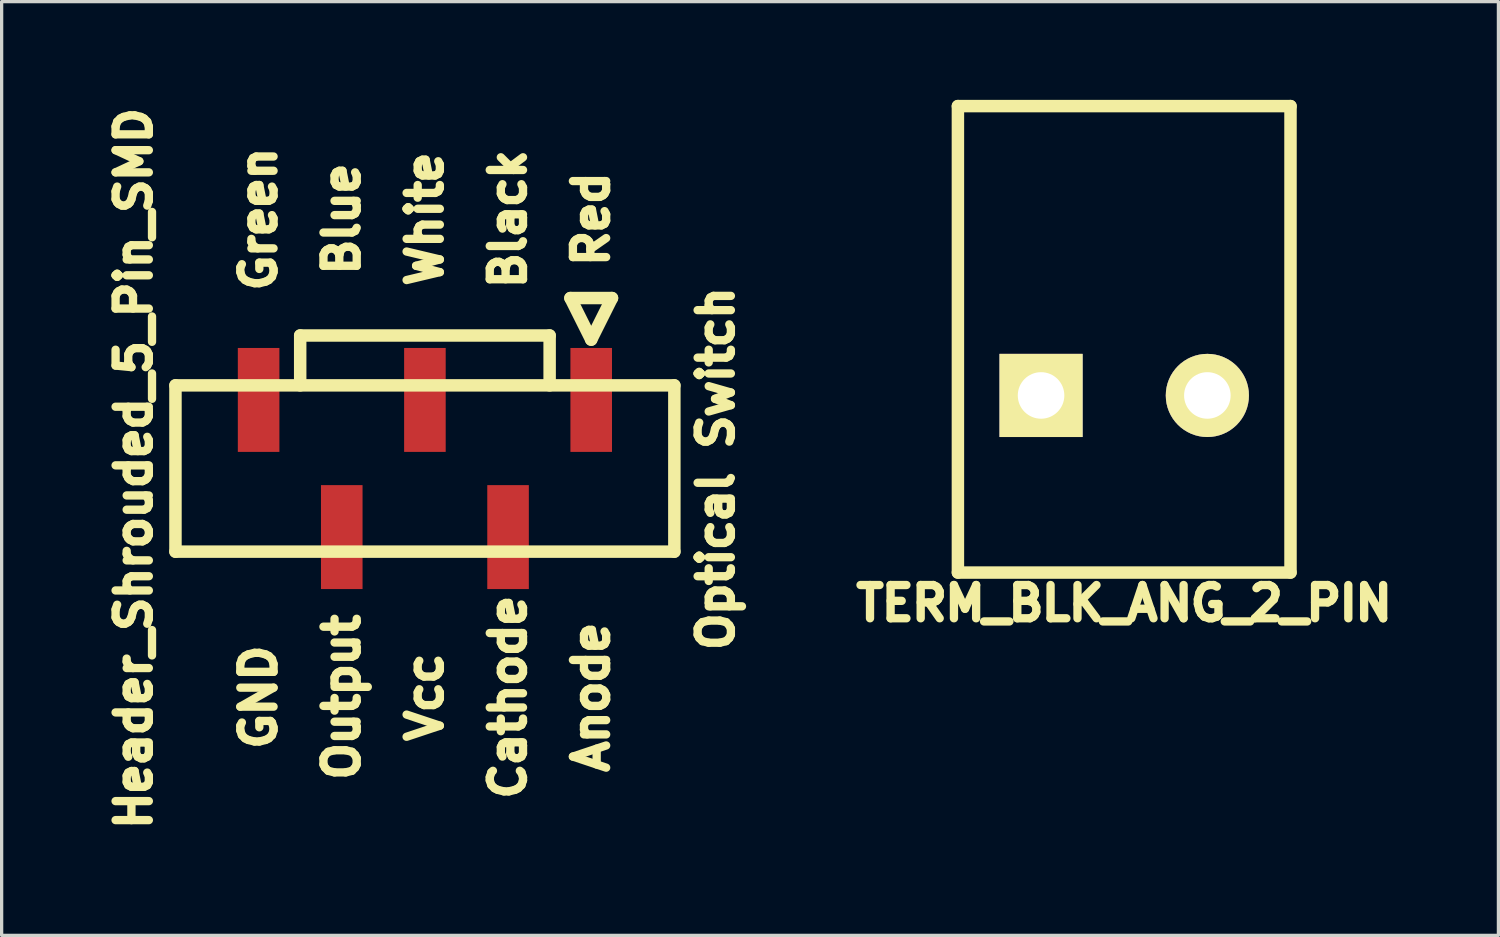
<source format=kicad_pcb>
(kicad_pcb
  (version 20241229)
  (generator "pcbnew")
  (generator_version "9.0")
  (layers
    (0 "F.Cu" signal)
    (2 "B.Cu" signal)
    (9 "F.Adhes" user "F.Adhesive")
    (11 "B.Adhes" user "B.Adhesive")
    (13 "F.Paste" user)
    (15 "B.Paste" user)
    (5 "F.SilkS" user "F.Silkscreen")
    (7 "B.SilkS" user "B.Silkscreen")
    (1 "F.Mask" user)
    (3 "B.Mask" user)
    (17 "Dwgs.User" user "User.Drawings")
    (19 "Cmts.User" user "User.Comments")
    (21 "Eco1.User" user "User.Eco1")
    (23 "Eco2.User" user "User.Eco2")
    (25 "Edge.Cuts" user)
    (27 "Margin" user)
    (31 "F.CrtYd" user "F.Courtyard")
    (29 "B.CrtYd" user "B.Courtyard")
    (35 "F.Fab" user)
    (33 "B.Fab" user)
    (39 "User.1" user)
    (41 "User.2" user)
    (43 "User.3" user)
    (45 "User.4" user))
  (footprint "TERM_BLK_ANG_2_PIN"
    (layer "F.Cu")
    (at 31.292 9.03)
    (property "Reference" "TERM_BLK_ANG_2_PIN" (at 0 6.35 180) (layer "F.SilkS") (effects (font (size 1.016 1.016) (thickness 0.254))))
    (attr through_hole)
    (fp_line (start -5.08 -8.839) (end -5.08 5.41) (stroke (width 0.381) (type solid)) (layer "F.SilkS"))
    (fp_line (start -5.08 -8.839) (end 5.08 -8.839) (stroke (width 0.381) (type solid)) (layer "F.SilkS"))
    (fp_line (start -5.08 5.41) (end 5.08 5.41) (stroke (width 0.381) (type solid)) (layer "F.SilkS"))
    (fp_line (start 5.08 -8.839) (end 5.08 5.41) (stroke (width 0.381) (type solid)) (layer "F.SilkS"))
    (pad "1" thru_hole rect (at -2.54 0) (size 2.54 2.54) (drill 1.422) (layers "*.Cu" "*.Mask" "F.SilkS"))
    (pad "2" thru_hole oval (at 2.54 0) (size 2.54 2.54) (drill 1.422) (layers "*.Cu" "*.Mask" "F.SilkS")))
  (footprint "Header_Shrouded_5_Pin_SMD"
    (layer "F.Cu")
    (at 9.93 11.262)
    (property "Reference" "Header_Shrouded_5_Pin_SMD" (at -8.89 0 90) (layer "F.SilkS") (effects (font (size 1.016 1.016) (thickness 0.254))))
    (attr through_hole)
    (fp_line (start -7.62 -2.54) (end -7.62 2.54) (stroke (width 0.381) (type solid)) (layer "F.SilkS"))
    (fp_line (start -7.62 2.54) (end 7.62 2.54) (stroke (width 0.381) (type solid)) (layer "F.SilkS"))
    (fp_line (start -3.81 -4.064) (end 3.81 -4.064) (stroke (width 0.381) (type solid)) (layer "F.SilkS"))
    (fp_line (start -3.81 -2.54) (end -3.81 -4.064) (stroke (width 0.381) (type solid)) (layer "F.SilkS"))
    (fp_line (start 3.81 -2.54) (end 3.81 -4.064) (stroke (width 0.381) (type solid)) (layer "F.SilkS"))
    (fp_line (start 4.445 -5.207) (end 5.08 -3.937) (stroke (width 0.381) (type solid)) (layer "F.SilkS"))
    (fp_line (start 5.08 -3.937) (end 5.715 -5.207) (stroke (width 0.381) (type solid)) (layer "F.SilkS"))
    (fp_line (start 5.715 -5.207) (end 4.445 -5.207) (stroke (width 0.381) (type solid)) (layer "F.SilkS"))
    (fp_line (start 7.62 -2.54) (end -7.62 -2.54) (stroke (width 0.381) (type solid)) (layer "F.SilkS"))
    (fp_line (start 7.62 2.54) (end 7.62 -2.54) (stroke (width 0.381) (type solid)) (layer "F.SilkS"))
    (fp_text user "Optical Switch" (at 8.89 0 90) (layer "F.SilkS") (effects (font (size 1.016 1.016) (thickness 0.254))))
    (fp_text user "Green" (at -5.08 -7.62 90) (layer "F.SilkS") (effects (font (size 1.016 1.016) (thickness 0.254))))
    (fp_text user "Black" (at 2.54 -7.62 90) (layer "F.SilkS") (effects (font (size 1.016 1.016) (thickness 0.254))))
    (fp_text user "Cathode" (at 2.54 6.985 90) (layer "F.SilkS") (effects (font (size 1.016 1.016) (thickness 0.254))))
    (fp_text user "Output" (at -2.54 6.985 90) (layer "F.SilkS") (effects (font (size 1.016 1.016) (thickness 0.254))))
    (fp_text user "Blue" (at -2.54 -7.62 90) (layer "F.SilkS") (effects (font (size 1.016 1.016) (thickness 0.254))))
    (fp_text user "Anode" (at 5.08 6.985 90) (layer "F.SilkS") (effects (font (size 1.016 1.016) (thickness 0.254))))
    (fp_text user "Vcc" (at 0 6.985 90) (layer "F.SilkS") (effects (font (size 1.016 1.016) (thickness 0.254))))
    (fp_text user "GND" (at -5.08 6.985 90) (layer "F.SilkS") (effects (font (size 1.016 1.016) (thickness 0.254))))
    (fp_text user "Red" (at 5.08 -7.62 90) (layer "F.SilkS") (effects (font (size 1.016 1.016) (thickness 0.254))))
    (fp_text user "White" (at 0 -7.62 90) (layer "F.SilkS") (effects (font (size 1.016 1.016) (thickness 0.254))))
    (pad "1" smd rect (at 5.08 -2.095) (size 1.27 3.175) (layers "F.Cu" "F.Mask" "F.Paste"))
    (pad "2" smd rect (at 2.54 2.095) (size 1.27 3.175) (layers "F.Cu" "F.Mask" "F.Paste"))
    (pad "3" smd rect (at 0 -2.095) (size 1.27 3.175) (layers "F.Cu" "F.Mask" "F.Paste"))
    (pad "4" smd rect (at -2.54 2.095) (size 1.27 3.175) (layers "F.Cu" "F.Mask" "F.Paste"))
    (pad "5" smd rect (at -5.08 -2.095) (size 1.27 3.175) (layers "F.Cu" "F.Mask" "F.Paste")))
  (gr_rect
    (start -3 -3)
    (end 42.723 25.524)
    (stroke (width 0.1) (type default))
    (fill no)
    (layer "Edge.Cuts")))
</source>
